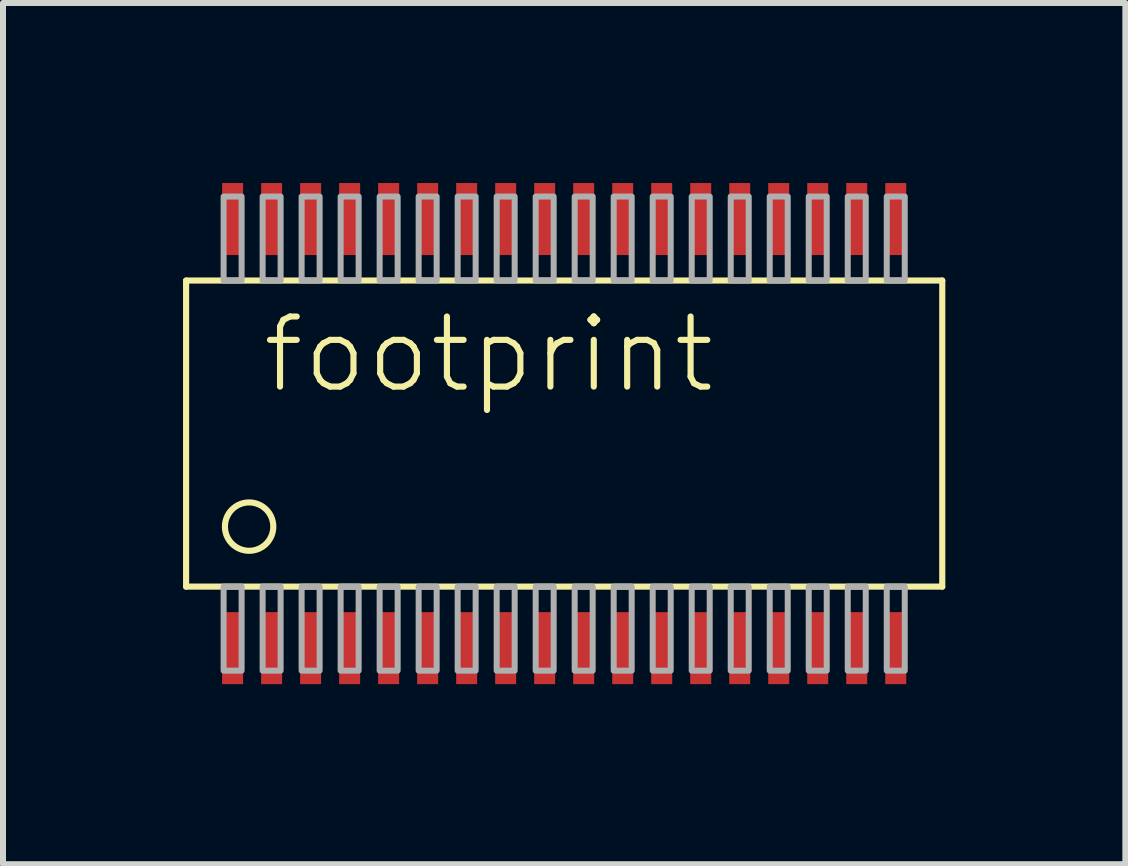
<source format=kicad_pcb>
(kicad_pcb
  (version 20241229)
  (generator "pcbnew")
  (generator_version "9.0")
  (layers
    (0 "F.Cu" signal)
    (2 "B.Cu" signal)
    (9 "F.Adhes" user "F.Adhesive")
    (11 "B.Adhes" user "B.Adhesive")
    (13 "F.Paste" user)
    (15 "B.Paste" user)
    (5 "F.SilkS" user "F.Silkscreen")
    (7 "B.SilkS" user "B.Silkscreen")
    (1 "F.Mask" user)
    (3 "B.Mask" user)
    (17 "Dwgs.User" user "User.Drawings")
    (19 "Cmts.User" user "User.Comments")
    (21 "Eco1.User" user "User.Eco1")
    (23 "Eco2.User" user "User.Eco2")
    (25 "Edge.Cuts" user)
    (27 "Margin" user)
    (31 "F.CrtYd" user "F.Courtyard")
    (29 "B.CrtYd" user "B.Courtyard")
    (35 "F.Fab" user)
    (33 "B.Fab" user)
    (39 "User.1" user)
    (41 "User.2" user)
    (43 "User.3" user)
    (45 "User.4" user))
  (footprint "footprint"
    (layer "F.Cu")
    (at 6.351 4.175)
    (property "Reference" "footprint" (at -5.08 -0.635 0) (layer "F.SilkS") (effects (font (size 1.168 1.168) (thickness 0.102)) (justify left bottom)))
    (fp_line (start -6.3 -2.55) (end 6.3 -2.55) (stroke (width 0.102) (type solid)) (layer "F.SilkS"))
    (fp_line (start -6.3 2.55) (end -6.3 -2.55) (stroke (width 0.102) (type solid)) (layer "F.SilkS"))
    (fp_line (start 6.3 -2.55) (end 6.3 2.55) (stroke (width 0.102) (type solid)) (layer "F.SilkS"))
    (fp_line (start 6.3 2.55) (end -6.3 2.55) (stroke (width 0.102) (type solid)) (layer "F.SilkS"))
    (fp_circle (center -5.25 1.55) (end -4.847 1.55) (stroke (width 0.102) (type solid)) (fill no) (layer "F.SilkS"))
    (fp_poly (pts (xy -5.675 3.95) (xy -5.375 3.95) (xy -5.375 2.55) (xy -5.675 2.55)) (stroke (width 0.1) (type solid)) (fill no) (layer "F.Fab"))
    (fp_poly (pts (xy -5.375 -3.95) (xy -5.675 -3.95) (xy -5.675 -2.55) (xy -5.375 -2.55)) (stroke (width 0.1) (type solid)) (fill no) (layer "F.Fab"))
    (fp_poly (pts (xy -5.025 3.95) (xy -4.725 3.95) (xy -4.725 2.55) (xy -5.025 2.55)) (stroke (width 0.1) (type solid)) (fill no) (layer "F.Fab"))
    (fp_poly (pts (xy -4.725 -3.95) (xy -5.025 -3.95) (xy -5.025 -2.55) (xy -4.725 -2.55)) (stroke (width 0.1) (type solid)) (fill no) (layer "F.Fab"))
    (fp_poly (pts (xy -4.375 3.95) (xy -4.075 3.95) (xy -4.075 2.55) (xy -4.375 2.55)) (stroke (width 0.1) (type solid)) (fill no) (layer "F.Fab"))
    (fp_poly (pts (xy -4.075 -3.95) (xy -4.375 -3.95) (xy -4.375 -2.55) (xy -4.075 -2.55)) (stroke (width 0.1) (type solid)) (fill no) (layer "F.Fab"))
    (fp_poly (pts (xy -3.725 3.95) (xy -3.425 3.95) (xy -3.425 2.55) (xy -3.725 2.55)) (stroke (width 0.1) (type solid)) (fill no) (layer "F.Fab"))
    (fp_poly (pts (xy -3.425 -3.95) (xy -3.725 -3.95) (xy -3.725 -2.55) (xy -3.425 -2.55)) (stroke (width 0.1) (type solid)) (fill no) (layer "F.Fab"))
    (fp_poly (pts (xy -3.075 3.95) (xy -2.775 3.95) (xy -2.775 2.55) (xy -3.075 2.55)) (stroke (width 0.1) (type solid)) (fill no) (layer "F.Fab"))
    (fp_poly (pts (xy -2.775 -3.95) (xy -3.075 -3.95) (xy -3.075 -2.55) (xy -2.775 -2.55)) (stroke (width 0.1) (type solid)) (fill no) (layer "F.Fab"))
    (fp_poly (pts (xy -2.425 3.95) (xy -2.125 3.95) (xy -2.125 2.55) (xy -2.425 2.55)) (stroke (width 0.1) (type solid)) (fill no) (layer "F.Fab"))
    (fp_poly (pts (xy -2.125 -3.95) (xy -2.425 -3.95) (xy -2.425 -2.55) (xy -2.125 -2.55)) (stroke (width 0.1) (type solid)) (fill no) (layer "F.Fab"))
    (fp_poly (pts (xy -1.775 3.95) (xy -1.475 3.95) (xy -1.475 2.55) (xy -1.775 2.55)) (stroke (width 0.1) (type solid)) (fill no) (layer "F.Fab"))
    (fp_poly (pts (xy -1.475 -3.95) (xy -1.775 -3.95) (xy -1.775 -2.55) (xy -1.475 -2.55)) (stroke (width 0.1) (type solid)) (fill no) (layer "F.Fab"))
    (fp_poly (pts (xy -1.125 3.95) (xy -0.825 3.95) (xy -0.825 2.55) (xy -1.125 2.55)) (stroke (width 0.1) (type solid)) (fill no) (layer "F.Fab"))
    (fp_poly (pts (xy -0.825 -3.95) (xy -1.125 -3.95) (xy -1.125 -2.55) (xy -0.825 -2.55)) (stroke (width 0.1) (type solid)) (fill no) (layer "F.Fab"))
    (fp_poly (pts (xy -0.475 3.95) (xy -0.175 3.95) (xy -0.175 2.55) (xy -0.475 2.55)) (stroke (width 0.1) (type solid)) (fill no) (layer "F.Fab"))
    (fp_poly (pts (xy -0.175 -3.95) (xy -0.475 -3.95) (xy -0.475 -2.55) (xy -0.175 -2.55)) (stroke (width 0.1) (type solid)) (fill no) (layer "F.Fab"))
    (fp_poly (pts (xy 0.175 3.95) (xy 0.475 3.95) (xy 0.475 2.55) (xy 0.175 2.55)) (stroke (width 0.1) (type solid)) (fill no) (layer "F.Fab"))
    (fp_poly (pts (xy 0.475 -3.95) (xy 0.175 -3.95) (xy 0.175 -2.55) (xy 0.475 -2.55)) (stroke (width 0.1) (type solid)) (fill no) (layer "F.Fab"))
    (fp_poly (pts (xy 0.825 3.95) (xy 1.125 3.95) (xy 1.125 2.55) (xy 0.825 2.55)) (stroke (width 0.1) (type solid)) (fill no) (layer "F.Fab"))
    (fp_poly (pts (xy 1.125 -3.95) (xy 0.825 -3.95) (xy 0.825 -2.55) (xy 1.125 -2.55)) (stroke (width 0.1) (type solid)) (fill no) (layer "F.Fab"))
    (fp_poly (pts (xy 1.475 3.95) (xy 1.775 3.95) (xy 1.775 2.55) (xy 1.475 2.55)) (stroke (width 0.1) (type solid)) (fill no) (layer "F.Fab"))
    (fp_poly (pts (xy 1.775 -3.95) (xy 1.475 -3.95) (xy 1.475 -2.55) (xy 1.775 -2.55)) (stroke (width 0.1) (type solid)) (fill no) (layer "F.Fab"))
    (fp_poly (pts (xy 2.125 3.95) (xy 2.425 3.95) (xy 2.425 2.55) (xy 2.125 2.55)) (stroke (width 0.1) (type solid)) (fill no) (layer "F.Fab"))
    (fp_poly (pts (xy 2.425 -3.95) (xy 2.125 -3.95) (xy 2.125 -2.55) (xy 2.425 -2.55)) (stroke (width 0.1) (type solid)) (fill no) (layer "F.Fab"))
    (fp_poly (pts (xy 2.775 3.95) (xy 3.075 3.95) (xy 3.075 2.55) (xy 2.775 2.55)) (stroke (width 0.1) (type solid)) (fill no) (layer "F.Fab"))
    (fp_poly (pts (xy 3.075 -3.95) (xy 2.775 -3.95) (xy 2.775 -2.55) (xy 3.075 -2.55)) (stroke (width 0.1) (type solid)) (fill no) (layer "F.Fab"))
    (fp_poly (pts (xy 3.425 3.95) (xy 3.725 3.95) (xy 3.725 2.55) (xy 3.425 2.55)) (stroke (width 0.1) (type solid)) (fill no) (layer "F.Fab"))
    (fp_poly (pts (xy 3.725 -3.95) (xy 3.425 -3.95) (xy 3.425 -2.55) (xy 3.725 -2.55)) (stroke (width 0.1) (type solid)) (fill no) (layer "F.Fab"))
    (fp_poly (pts (xy 4.075 3.95) (xy 4.375 3.95) (xy 4.375 2.55) (xy 4.075 2.55)) (stroke (width 0.1) (type solid)) (fill no) (layer "F.Fab"))
    (fp_poly (pts (xy 4.375 -3.95) (xy 4.075 -3.95) (xy 4.075 -2.55) (xy 4.375 -2.55)) (stroke (width 0.1) (type solid)) (fill no) (layer "F.Fab"))
    (fp_poly (pts (xy 4.725 3.95) (xy 5.025 3.95) (xy 5.025 2.55) (xy 4.725 2.55)) (stroke (width 0.1) (type solid)) (fill no) (layer "F.Fab"))
    (fp_poly (pts (xy 5.025 -3.95) (xy 4.725 -3.95) (xy 4.725 -2.55) (xy 5.025 -2.55)) (stroke (width 0.1) (type solid)) (fill no) (layer "F.Fab"))
    (fp_poly (pts (xy 5.375 3.95) (xy 5.675 3.95) (xy 5.675 2.55) (xy 5.375 2.55)) (stroke (width 0.1) (type solid)) (fill no) (layer "F.Fab"))
    (fp_poly (pts (xy 5.675 -3.95) (xy 5.375 -3.95) (xy 5.375 -2.55) (xy 5.675 -2.55)) (stroke (width 0.1) (type solid)) (fill no) (layer "F.Fab"))
    (pad "1" smd rect (at -5.525 3.575) (size 0.35 1.2) (layers "F.Cu" "F.Mask" "F.Paste"))
    (pad "2" smd rect (at -4.875 3.575) (size 0.35 1.2) (layers "F.Cu" "F.Mask" "F.Paste"))
    (pad "3" smd rect (at -4.225 3.575) (size 0.35 1.2) (layers "F.Cu" "F.Mask" "F.Paste"))
    (pad "4" smd rect (at -3.575 3.575) (size 0.35 1.2) (layers "F.Cu" "F.Mask" "F.Paste"))
    (pad "5" smd rect (at -2.925 3.575) (size 0.35 1.2) (layers "F.Cu" "F.Mask" "F.Paste"))
    (pad "6" smd rect (at -2.275 3.575) (size 0.35 1.2) (layers "F.Cu" "F.Mask" "F.Paste"))
    (pad "7" smd rect (at -1.625 3.575) (size 0.35 1.2) (layers "F.Cu" "F.Mask" "F.Paste"))
    (pad "8" smd rect (at -0.975 3.575) (size 0.35 1.2) (layers "F.Cu" "F.Mask" "F.Paste"))
    (pad "9" smd rect (at -0.325 3.575) (size 0.35 1.2) (layers "F.Cu" "F.Mask" "F.Paste"))
    (pad "10" smd rect (at 0.325 3.575) (size 0.35 1.2) (layers "F.Cu" "F.Mask" "F.Paste"))
    (pad "11" smd rect (at 0.975 3.575) (size 0.35 1.2) (layers "F.Cu" "F.Mask" "F.Paste"))
    (pad "12" smd rect (at 1.625 3.575) (size 0.35 1.2) (layers "F.Cu" "F.Mask" "F.Paste"))
    (pad "13" smd rect (at 2.275 3.575) (size 0.35 1.2) (layers "F.Cu" "F.Mask" "F.Paste"))
    (pad "14" smd rect (at 2.925 3.575) (size 0.35 1.2) (layers "F.Cu" "F.Mask" "F.Paste"))
    (pad "15" smd rect (at 3.575 3.575) (size 0.35 1.2) (layers "F.Cu" "F.Mask" "F.Paste"))
    (pad "16" smd rect (at 4.225 3.575) (size 0.35 1.2) (layers "F.Cu" "F.Mask" "F.Paste"))
    (pad "17" smd rect (at 4.875 3.575) (size 0.35 1.2) (layers "F.Cu" "F.Mask" "F.Paste"))
    (pad "18" smd rect (at 5.525 3.575) (size 0.35 1.2) (layers "F.Cu" "F.Mask" "F.Paste"))
    (pad "19" smd rect (at 5.525 -3.575 180) (size 0.35 1.2) (layers "F.Cu" "F.Mask" "F.Paste"))
    (pad "20" smd rect (at 4.875 -3.575 180) (size 0.35 1.2) (layers "F.Cu" "F.Mask" "F.Paste"))
    (pad "21" smd rect (at 4.225 -3.575 180) (size 0.35 1.2) (layers "F.Cu" "F.Mask" "F.Paste"))
    (pad "22" smd rect (at 3.575 -3.575 180) (size 0.35 1.2) (layers "F.Cu" "F.Mask" "F.Paste"))
    (pad "23" smd rect (at 2.925 -3.575 180) (size 0.35 1.2) (layers "F.Cu" "F.Mask" "F.Paste"))
    (pad "24" smd rect (at 2.275 -3.575 180) (size 0.35 1.2) (layers "F.Cu" "F.Mask" "F.Paste"))
    (pad "25" smd rect (at 1.625 -3.575 180) (size 0.35 1.2) (layers "F.Cu" "F.Mask" "F.Paste"))
    (pad "26" smd rect (at 0.975 -3.575 180) (size 0.35 1.2) (layers "F.Cu" "F.Mask" "F.Paste"))
    (pad "27" smd rect (at 0.325 -3.575 180) (size 0.35 1.2) (layers "F.Cu" "F.Mask" "F.Paste"))
    (pad "28" smd rect (at -0.325 -3.575 180) (size 0.35 1.2) (layers "F.Cu" "F.Mask" "F.Paste"))
    (pad "29" smd rect (at -0.975 -3.575 180) (size 0.35 1.2) (layers "F.Cu" "F.Mask" "F.Paste"))
    (pad "30" smd rect (at -1.625 -3.575 180) (size 0.35 1.2) (layers "F.Cu" "F.Mask" "F.Paste"))
    (pad "31" smd rect (at -2.275 -3.575 180) (size 0.35 1.2) (layers "F.Cu" "F.Mask" "F.Paste"))
    (pad "32" smd rect (at -2.925 -3.575 180) (size 0.35 1.2) (layers "F.Cu" "F.Mask" "F.Paste"))
    (pad "33" smd rect (at -3.575 -3.575 180) (size 0.35 1.2) (layers "F.Cu" "F.Mask" "F.Paste"))
    (pad "34" smd rect (at -4.225 -3.575 180) (size 0.35 1.2) (layers "F.Cu" "F.Mask" "F.Paste"))
    (pad "35" smd rect (at -4.875 -3.575 180) (size 0.35 1.2) (layers "F.Cu" "F.Mask" "F.Paste"))
    (pad "36" smd rect (at -5.525 -3.575 180) (size 0.35 1.2) (layers "F.Cu" "F.Mask" "F.Paste")))
  (gr_rect
    (start -3 -3)
    (end 15.702 11.35)
    (stroke (width 0.1) (type default))
    (fill no)
    (layer "Edge.Cuts")))
</source>
